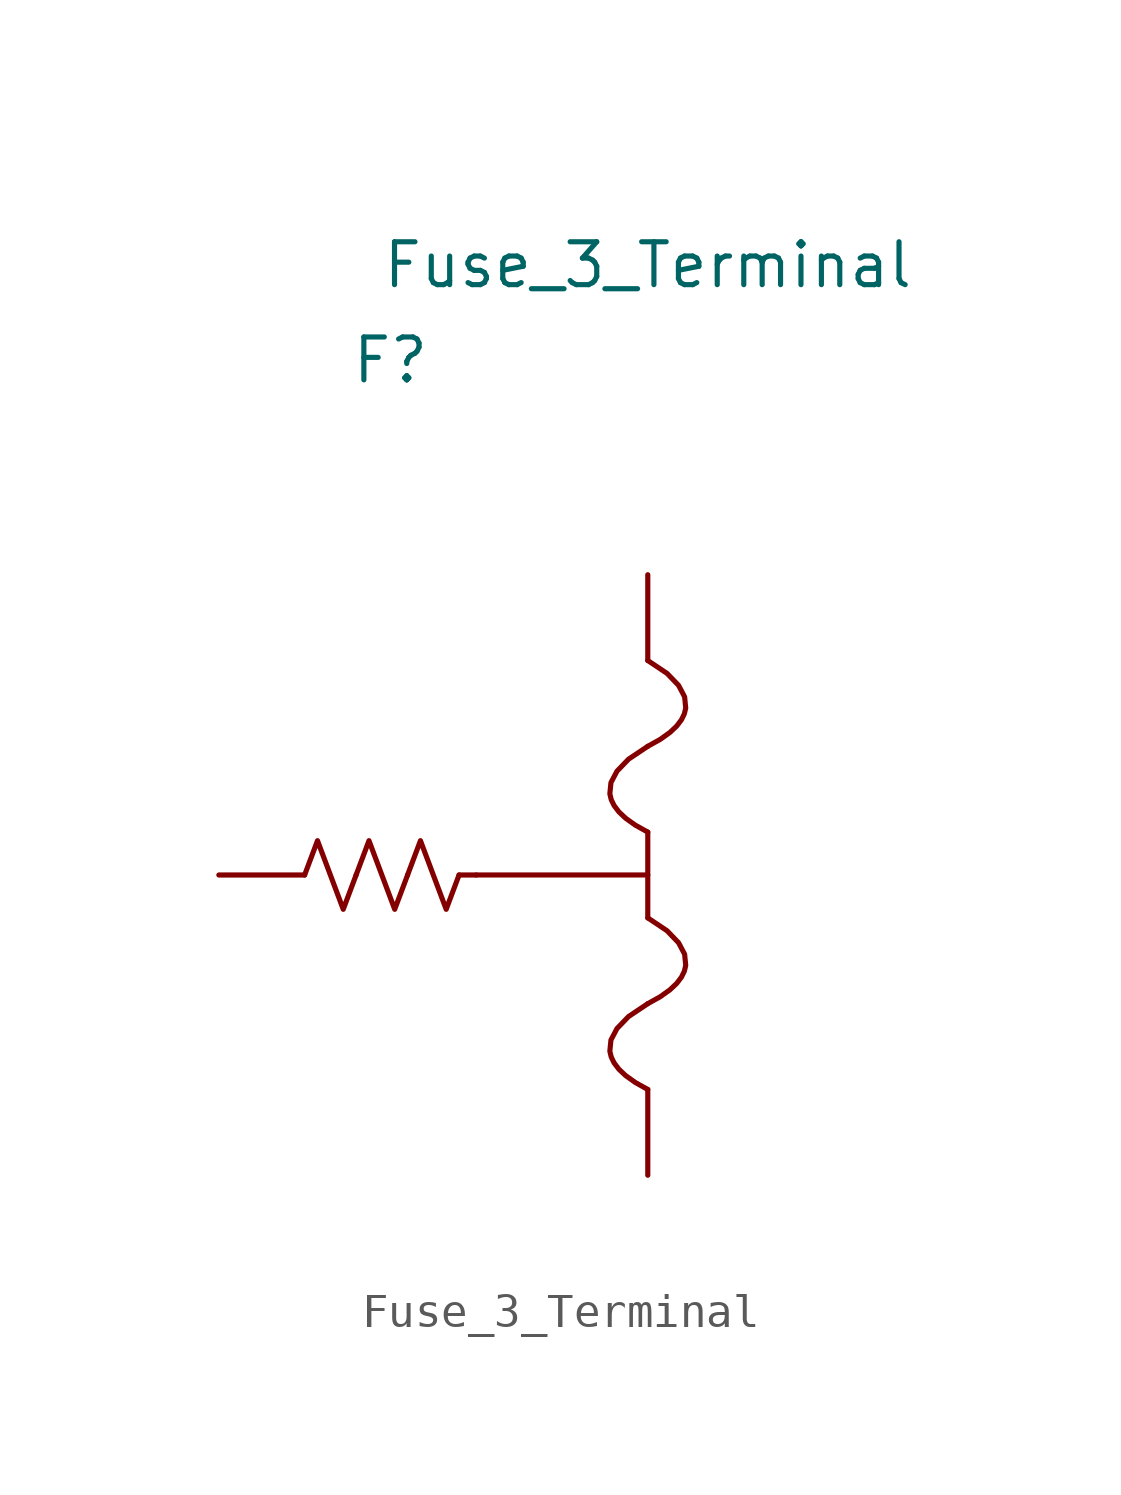
<source format=kicad_sym>
(kicad_symbol_lib
  (version 20220914)
  (generator kicad_symbol_editor)
  (symbol "Fuse_3_Terminal"
    (pin_numbers hide)
    (pin_names
      (offset 1.016) hide)
    (property "Reference" "F"
      (at -7.62 15.24 0)
      (effects (font (size 1.27 1.27))))
    (property "Value" "Fuse_3_Terminal"
      (at 0 18.059 0)
      (effects (font (size 1.27 1.27))))
    (symbol "Fuse_3_Terminal_0_1"
      (polyline (pts (xy -5.588 0) (xy -5.08 0)) (stroke (width 0) (type default)) (fill (type none)))
      (polyline (pts (xy -10.16 0) (xy -9.779 1.016) (xy -9.398 0) (xy -9.017 -1.016) (xy -8.636 0)) (stroke (width 0) (type default)) (fill (type none)))
      (polyline (pts (xy -8.636 0) (xy -8.255 1.016) (xy -7.874 0) (xy -7.493 -1.016) (xy -7.112 0)) (stroke (width 0) (type default)) (fill (type none)))
      (polyline (pts (xy -7.112 0) (xy -6.731 1.016) (xy -6.35 0) (xy -5.969 -1.016) (xy -5.588 0)) (stroke (width 0) (type default)) (fill (type none))))
    (symbol "Fuse_3_Terminal_1_1"
      (bezier (pts (xy 0 -6.35) (xy -2.54 -5.08) (xy 0 -3.81) (xy 0 -3.81)) (stroke (width 0.152) (type solid)) (fill (type none)))
      (bezier (pts (xy 0 -3.81) (xy 2.54 -2.54) (xy 0 -1.27) (xy 0 -1.27)) (stroke (width 0.152) (type solid)) (fill (type none)))
      (polyline (pts (xy 0 0) (xy -5.08 0)) (stroke (width 0.152) (type solid)) (fill (type none)))
      (polyline (pts (xy 0 1.27) (xy 0 -1.27)) (stroke (width 0.152) (type solid)) (fill (type none)))
      (bezier (pts (xy 0 1.27) (xy -2.54 2.54) (xy 0 3.81) (xy 0 3.81)) (stroke (width 0.152) (type solid)) (fill (type none)))
      (bezier (pts (xy 0 3.81) (xy 2.54 5.08) (xy 0 6.35) (xy 0 6.35)) (stroke (width 0.152) (type solid)) (fill (type none)))
      (pin input line (at 0 8.89 270) (length 2.54) (name "1" (effects (font (size 1.27 1.27)))) (number "1" (effects (font (size 1.27 1.27)))))
      (pin input line (at -12.7 0 0) (length 2.54) (name "2" (effects (font (size 1.27 1.27)))) (number "2" (effects (font (size 1.27 1.27)))))
      (pin input line (at 0 -8.89 90) (length 2.54) (name "3" (effects (font (size 1.27 1.27)))) (number "3" (effects (font (size 1.27 1.27))))))))
</source>
